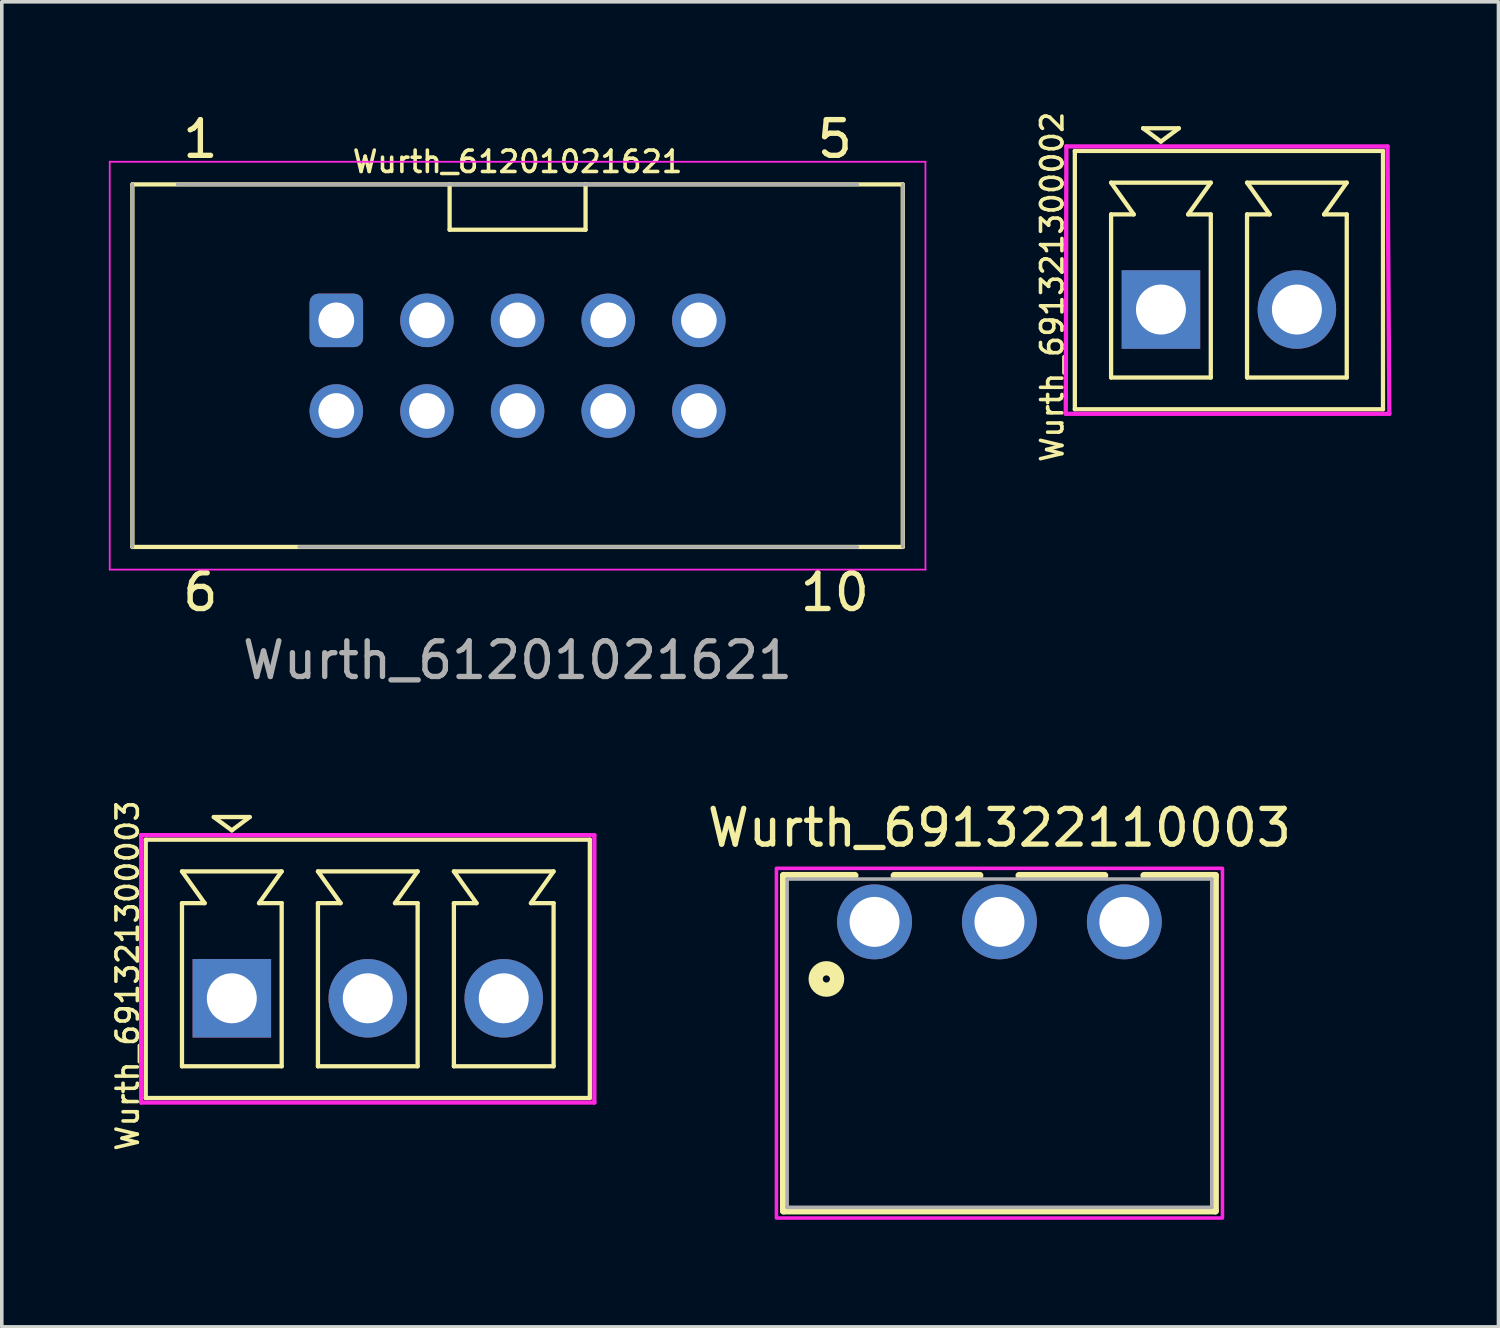
<source format=kicad_pcb>
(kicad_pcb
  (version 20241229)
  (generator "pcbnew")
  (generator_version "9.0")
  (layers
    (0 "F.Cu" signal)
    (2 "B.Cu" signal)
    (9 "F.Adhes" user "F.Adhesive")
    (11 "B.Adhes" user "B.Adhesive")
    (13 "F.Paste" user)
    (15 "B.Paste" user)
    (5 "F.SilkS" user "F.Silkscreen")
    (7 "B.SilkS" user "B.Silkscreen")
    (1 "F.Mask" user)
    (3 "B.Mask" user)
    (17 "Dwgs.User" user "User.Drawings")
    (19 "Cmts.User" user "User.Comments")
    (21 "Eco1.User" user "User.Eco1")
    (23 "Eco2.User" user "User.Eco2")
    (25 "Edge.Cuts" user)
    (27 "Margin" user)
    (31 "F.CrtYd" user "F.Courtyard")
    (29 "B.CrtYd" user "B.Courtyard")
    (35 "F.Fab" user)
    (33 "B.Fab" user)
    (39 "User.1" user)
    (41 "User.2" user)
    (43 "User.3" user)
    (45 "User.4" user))
  (footprint "Wurth_61201021621"
    (layer "F.Cu")
    (at 11.455 7.198)
    (property "Reference" "Wurth_61201021621" (at 0 -5.715 0) (layer "F.SilkS") (effects (font (size 0.6 0.6) (thickness 0.1))))
    (attr through_hole)
    (fp_line (start -10.795 -5.08) (end 10.795 -5.08) (stroke (width 0.12) (type default)) (layer "F.SilkS"))
    (fp_line (start -10.795 5.08) (end -10.795 -5.08) (stroke (width 0.12) (type default)) (layer "F.SilkS"))
    (fp_line (start -10.795 5.08) (end 10.795 5.08) (stroke (width 0.12) (type default)) (layer "F.SilkS"))
    (fp_line (start -1.905 -5.08) (end -1.905 -3.81) (stroke (width 0.12) (type default)) (layer "F.SilkS"))
    (fp_line (start -1.905 -3.81) (end 1.905 -3.81) (stroke (width 0.12) (type default)) (layer "F.SilkS"))
    (fp_line (start 1.905 -3.81) (end 1.905 -5.08) (stroke (width 0.12) (type default)) (layer "F.SilkS"))
    (fp_line (start 10.795 5.08) (end 10.795 -5.08) (stroke (width 0.12) (type default)) (layer "F.SilkS"))
    (fp_line (start -11.43 -5.715) (end 11.43 -5.715) (stroke (width 0.05) (type solid)) (layer "F.CrtYd"))
    (fp_line (start -11.43 5.715) (end -11.43 -5.715) (stroke (width 0.05) (type solid)) (layer "F.CrtYd"))
    (fp_line (start 11.43 -5.715) (end 11.43 5.715) (stroke (width 0.05) (type solid)) (layer "F.CrtYd"))
    (fp_line (start 11.43 5.715) (end -11.43 5.715) (stroke (width 0.05) (type solid)) (layer "F.CrtYd"))
    (fp_line (start -10.795 -5.08) (end -10.795 5.08) (stroke (width 0.1) (type solid)) (layer "F.Fab"))
    (fp_line (start -6.125 5.08) (end 9.525 5.08) (stroke (width 0.1) (type solid)) (layer "F.Fab"))
    (fp_line (start 9.525 -5.08) (end -9.525 -5.08) (stroke (width 0.1) (type solid)) (layer "F.Fab"))
    (fp_line (start 10.795 5.08) (end 10.795 -5.08) (stroke (width 0.1) (type solid)) (layer "F.Fab"))
    (fp_text user "1" (at -8.89 -6.35 0) (unlocked yes) (layer "F.SilkS") (effects (font (size 1 1) (thickness 0.15))))
    (fp_text user "10" (at 8.89 6.35 0) (unlocked yes) (layer "F.SilkS") (effects (font (size 1 1) (thickness 0.15))))
    (fp_text user "5" (at 8.89 -6.35 0) (unlocked yes) (layer "F.SilkS") (effects (font (size 1 1) (thickness 0.15))))
    (fp_text user "6" (at -8.89 6.35 0) (unlocked yes) (layer "F.SilkS") (effects (font (size 1 1) (thickness 0.15))))
    (fp_text user "${REFERENCE}" (at 0 8.255 0) (layer "F.Fab") (effects (font (size 1 1) (thickness 0.15))))
    (pad "1" thru_hole roundrect (at -5.08 -1.27) (size 1.5 1.5) (drill 1) (layers "*.Cu" "*.Mask") (roundrect_rratio 0.167))
    (pad "2" thru_hole circle (at -2.54 -1.27) (size 1.5 1.5) (drill 1) (layers "*.Cu" "*.Mask"))
    (pad "3" thru_hole circle (at 0 -1.27) (size 1.5 1.5) (drill 1) (layers "*.Cu" "*.Mask"))
    (pad "4" thru_hole circle (at 2.54 -1.27) (size 1.5 1.5) (drill 1) (layers "*.Cu" "*.Mask"))
    (pad "5" thru_hole circle (at 5.08 -1.27) (size 1.5 1.5) (drill 1) (layers "*.Cu" "*.Mask"))
    (pad "6" thru_hole circle (at -5.08 1.27) (size 1.5 1.5) (drill 1) (layers "*.Cu" "*.Mask"))
    (pad "7" thru_hole circle (at -2.54 1.27) (size 1.5 1.5) (drill 1) (layers "*.Cu" "*.Mask"))
    (pad "8" thru_hole circle (at 0 1.27) (size 1.5 1.5) (drill 1) (layers "*.Cu" "*.Mask"))
    (pad "9" thru_hole circle (at 2.54 1.27) (size 1.5 1.5) (drill 1) (layers "*.Cu" "*.Mask"))
    (pad "10" thru_hole circle (at 5.08 1.27) (size 1.5 1.5) (drill 1) (layers "*.Cu" "*.Mask")))
  (footprint "Wurth_691322110003"
    (layer "F.Cu")
    (at 24.959 22.785)
    (property "Reference" "Wurth_691322110003" (at 0 -2.635 0) (layer "F.SilkS") (effects (font (size 1 1) (thickness 0.15))))
    (attr through_hole)
    (fp_line (start -6.05 -1.3) (end -4.05 -1.3) (stroke (width 0.2) (type solid)) (layer "F.SilkS"))
    (fp_line (start -6.05 8.1) (end -6.05 -1.3) (stroke (width 0.2) (type solid)) (layer "F.SilkS"))
    (fp_line (start -2.95 -1.3) (end -0.55 -1.3) (stroke (width 0.2) (type solid)) (layer "F.SilkS"))
    (fp_line (start 0.55 -1.3) (end 2.95 -1.3) (stroke (width 0.2) (type solid)) (layer "F.SilkS"))
    (fp_line (start 4.05 -1.3) (end 6.05 -1.3) (stroke (width 0.2) (type solid)) (layer "F.SilkS"))
    (fp_line (start 6.05 -1.3) (end 6.05 8.1) (stroke (width 0.2) (type solid)) (layer "F.SilkS"))
    (fp_line (start 6.05 8.1) (end -6.05 8.1) (stroke (width 0.2) (type solid)) (layer "F.SilkS"))
    (fp_circle (center -4.85 1.6) (end -4.75 1.6) (stroke (width 0.4) (type solid)) (fill no) (layer "F.SilkS"))
    (fp_poly (pts (xy -6.25 -1.5) (xy 6.25 -1.5) (xy 6.25 8.3) (xy -6.25 8.3)) (stroke (width 0.1) (type solid)) (fill no) (layer "F.CrtYd"))
    (fp_line (start -5.95 -1.2) (end -5.95 8) (stroke (width 0.1) (type solid)) (layer "F.Fab"))
    (fp_line (start -5.95 8) (end 5.95 8) (stroke (width 0.1) (type solid)) (layer "F.Fab"))
    (fp_line (start 5.95 -1.2) (end -5.95 -1.2) (stroke (width 0.1) (type solid)) (layer "F.Fab"))
    (fp_line (start 5.95 8) (end 5.95 -1.2) (stroke (width 0.1) (type solid)) (layer "F.Fab"))
    (pad "1" thru_hole circle (at -3.5 0) (size 2.1 2.1) (drill 1.4) (layers "*.Cu" "*.Mask"))
    (pad "2" thru_hole circle (at 0 0) (size 2.1 2.1) (drill 1.4) (layers "*.Cu" "*.Mask"))
    (pad "3" thru_hole circle (at 3.5 0) (size 2.1 2.1) (drill 1.4) (layers "*.Cu" "*.Mask")))
  (footprint "Wurth_691321300002"
    (layer "F.Cu")
    (at 29.485 5.625)
    (property "Reference" "Wurth_691321300002" (at -3.048 -0.635 90) (layer "F.SilkS") (effects (font (size 0.6 0.6) (thickness 0.1))))
    (attr through_hole)
    (fp_line (start -2.413 -4.445) (end -2.413 2.794) (stroke (width 0.12) (type solid)) (layer "F.SilkS"))
    (fp_line (start -2.413 -4.445) (end 6.223 -4.445) (stroke (width 0.12) (type solid)) (layer "F.SilkS"))
    (fp_line (start -1.397 -3.556) (end -0.762 -2.667) (stroke (width 0.12) (type solid)) (layer "F.SilkS"))
    (fp_line (start -1.397 -2.667) (end -1.397 1.905) (stroke (width 0.12) (type solid)) (layer "F.SilkS"))
    (fp_line (start -1.397 1.905) (end 1.397 1.905) (stroke (width 0.12) (type solid)) (layer "F.SilkS"))
    (fp_line (start -0.762 -2.667) (end -1.397 -2.667) (stroke (width 0.12) (type solid)) (layer "F.SilkS"))
    (fp_line (start -0.5 -5.08) (end 0.5 -5.08) (stroke (width 0.12) (type solid)) (layer "F.SilkS"))
    (fp_line (start 0 -4.707) (end -0.5 -5.08) (stroke (width 0.12) (type solid)) (layer "F.SilkS"))
    (fp_line (start 0.5 -5.08) (end 0 -4.707) (stroke (width 0.12) (type solid)) (layer "F.SilkS"))
    (fp_line (start 0.762 -2.667) (end 1.397 -3.556) (stroke (width 0.12) (type solid)) (layer "F.SilkS"))
    (fp_line (start 1.397 -3.556) (end -1.397 -3.556) (stroke (width 0.12) (type solid)) (layer "F.SilkS"))
    (fp_line (start 1.397 -2.667) (end 0.762 -2.667) (stroke (width 0.12) (type solid)) (layer "F.SilkS"))
    (fp_line (start 1.397 1.905) (end 1.397 -2.667) (stroke (width 0.12) (type solid)) (layer "F.SilkS"))
    (fp_line (start 2.413 -3.556) (end 3.048 -2.667) (stroke (width 0.12) (type solid)) (layer "F.SilkS"))
    (fp_line (start 2.413 -2.667) (end 2.413 1.905) (stroke (width 0.12) (type solid)) (layer "F.SilkS"))
    (fp_line (start 2.413 1.905) (end 5.207 1.905) (stroke (width 0.12) (type solid)) (layer "F.SilkS"))
    (fp_line (start 3.048 -2.667) (end 2.413 -2.667) (stroke (width 0.12) (type solid)) (layer "F.SilkS"))
    (fp_line (start 4.572 -2.667) (end 5.207 -3.556) (stroke (width 0.12) (type solid)) (layer "F.SilkS"))
    (fp_line (start 5.207 -3.556) (end 2.413 -3.556) (stroke (width 0.12) (type solid)) (layer "F.SilkS"))
    (fp_line (start 5.207 -2.667) (end 4.572 -2.667) (stroke (width 0.12) (type solid)) (layer "F.SilkS"))
    (fp_line (start 5.207 1.905) (end 5.207 -2.667) (stroke (width 0.12) (type solid)) (layer "F.SilkS"))
    (fp_line (start 6.223 -4.445) (end 6.223 2.794) (stroke (width 0.12) (type solid)) (layer "F.SilkS"))
    (fp_line (start 6.223 2.794) (end -2.413 2.794) (stroke (width 0.12) (type solid)) (layer "F.SilkS"))
    (fp_line (start -2.667 2.921) (end 6.4 2.921) (stroke (width 0.12) (type solid)) (layer "F.CrtYd"))
    (fp_line (start -2.65 -4.572) (end -2.667 2.921) (stroke (width 0.12) (type solid)) (layer "F.CrtYd"))
    (fp_line (start 6.35 -4.572) (end -2.65 -4.572) (stroke (width 0.12) (type solid)) (layer "F.CrtYd"))
    (fp_line (start 6.4 2.921) (end 6.35 -4.572) (stroke (width 0.12) (type solid)) (layer "F.CrtYd"))
    (pad "1" thru_hole rect (at 0 0) (size 2.2 2.2) (drill 1.4) (layers "*.Cu" "*.Mask"))
    (pad "2" thru_hole circle (at 3.81 0) (size 2.2 2.2) (drill 1.4) (layers "*.Cu" "*.Mask")))
  (footprint "Wurth_691321300003"
    (layer "F.Cu")
    (at 3.447 24.927)
    (property "Reference" "Wurth_691321300003" (at -2.921 -0.635 90) (layer "F.SilkS") (effects (font (size 0.6 0.6) (thickness 0.1))))
    (attr through_hole)
    (fp_line (start -2.413 -4.445) (end -2.413 2.794) (stroke (width 0.12) (type solid)) (layer "F.SilkS"))
    (fp_line (start -2.413 -4.445) (end 10.033 -4.445) (stroke (width 0.12) (type solid)) (layer "F.SilkS"))
    (fp_line (start -1.397 -3.556) (end -0.762 -2.667) (stroke (width 0.12) (type solid)) (layer "F.SilkS"))
    (fp_line (start -1.397 -2.667) (end -1.397 1.905) (stroke (width 0.12) (type solid)) (layer "F.SilkS"))
    (fp_line (start -1.397 1.905) (end 1.397 1.905) (stroke (width 0.12) (type solid)) (layer "F.SilkS"))
    (fp_line (start -0.762 -2.667) (end -1.397 -2.667) (stroke (width 0.12) (type solid)) (layer "F.SilkS"))
    (fp_line (start -0.5 -5.08) (end 0.5 -5.08) (stroke (width 0.12) (type solid)) (layer "F.SilkS"))
    (fp_line (start 0 -4.707) (end -0.508 -5.08) (stroke (width 0.12) (type solid)) (layer "F.SilkS"))
    (fp_line (start 0.5 -5.08) (end 0 -4.707) (stroke (width 0.12) (type solid)) (layer "F.SilkS"))
    (fp_line (start 0.762 -2.667) (end 1.397 -3.556) (stroke (width 0.12) (type solid)) (layer "F.SilkS"))
    (fp_line (start 1.397 -3.556) (end -1.397 -3.556) (stroke (width 0.12) (type solid)) (layer "F.SilkS"))
    (fp_line (start 1.397 -2.667) (end 0.762 -2.667) (stroke (width 0.12) (type solid)) (layer "F.SilkS"))
    (fp_line (start 1.397 1.905) (end 1.397 -2.667) (stroke (width 0.12) (type solid)) (layer "F.SilkS"))
    (fp_line (start 2.413 -3.556) (end 3.048 -2.667) (stroke (width 0.12) (type solid)) (layer "F.SilkS"))
    (fp_line (start 2.413 -2.667) (end 2.413 1.905) (stroke (width 0.12) (type solid)) (layer "F.SilkS"))
    (fp_line (start 2.413 1.905) (end 5.207 1.905) (stroke (width 0.12) (type solid)) (layer "F.SilkS"))
    (fp_line (start 3.048 -2.667) (end 2.413 -2.667) (stroke (width 0.12) (type solid)) (layer "F.SilkS"))
    (fp_line (start 4.572 -2.667) (end 5.207 -3.556) (stroke (width 0.12) (type solid)) (layer "F.SilkS"))
    (fp_line (start 5.207 -3.556) (end 2.413 -3.556) (stroke (width 0.12) (type solid)) (layer "F.SilkS"))
    (fp_line (start 5.207 -2.667) (end 4.572 -2.667) (stroke (width 0.12) (type solid)) (layer "F.SilkS"))
    (fp_line (start 5.207 1.905) (end 5.207 -2.667) (stroke (width 0.12) (type solid)) (layer "F.SilkS"))
    (fp_line (start 6.223 -3.556) (end 6.858 -2.667) (stroke (width 0.12) (type solid)) (layer "F.SilkS"))
    (fp_line (start 6.223 -2.667) (end 6.223 1.905) (stroke (width 0.12) (type solid)) (layer "F.SilkS"))
    (fp_line (start 6.223 1.905) (end 9.017 1.905) (stroke (width 0.12) (type solid)) (layer "F.SilkS"))
    (fp_line (start 6.858 -2.667) (end 6.223 -2.667) (stroke (width 0.12) (type solid)) (layer "F.SilkS"))
    (fp_line (start 8.382 -2.667) (end 9.017 -3.556) (stroke (width 0.12) (type solid)) (layer "F.SilkS"))
    (fp_line (start 9.017 -3.556) (end 6.223 -3.556) (stroke (width 0.12) (type solid)) (layer "F.SilkS"))
    (fp_line (start 9.017 -2.667) (end 8.382 -2.667) (stroke (width 0.12) (type solid)) (layer "F.SilkS"))
    (fp_line (start 9.017 1.905) (end 9.017 -2.667) (stroke (width 0.12) (type solid)) (layer "F.SilkS"))
    (fp_line (start 10.033 -4.445) (end 10.033 2.794) (stroke (width 0.12) (type solid)) (layer "F.SilkS"))
    (fp_line (start 10.033 2.794) (end -2.413 2.794) (stroke (width 0.12) (type solid)) (layer "F.SilkS"))
    (fp_line (start -2.54 -4.572) (end -2.54 2.921) (stroke (width 0.12) (type solid)) (layer "F.CrtYd"))
    (fp_line (start -2.54 2.921) (end 10.16 2.921) (stroke (width 0.12) (type solid)) (layer "F.CrtYd"))
    (fp_line (start 10.16 -4.572) (end -2.54 -4.572) (stroke (width 0.12) (type solid)) (layer "F.CrtYd"))
    (fp_line (start 10.16 2.921) (end 10.16 -4.572) (stroke (width 0.12) (type solid)) (layer "F.CrtYd"))
    (pad "1" thru_hole rect (at 0 0) (size 2.2 2.2) (drill 1.4) (layers "*.Cu" "*.Mask"))
    (pad "2" thru_hole circle (at 3.81 0) (size 2.2 2.2) (drill 1.4) (layers "*.Cu" "*.Mask"))
    (pad "3" thru_hole circle (at 7.62 0) (size 2.2 2.2) (drill 1.4) (layers "*.Cu" "*.Mask")))
  (gr_rect
    (start -3 -3)
    (end 38.944 34.135)
    (stroke (width 0.1) (type default))
    (fill no)
    (layer "Edge.Cuts")))
</source>
